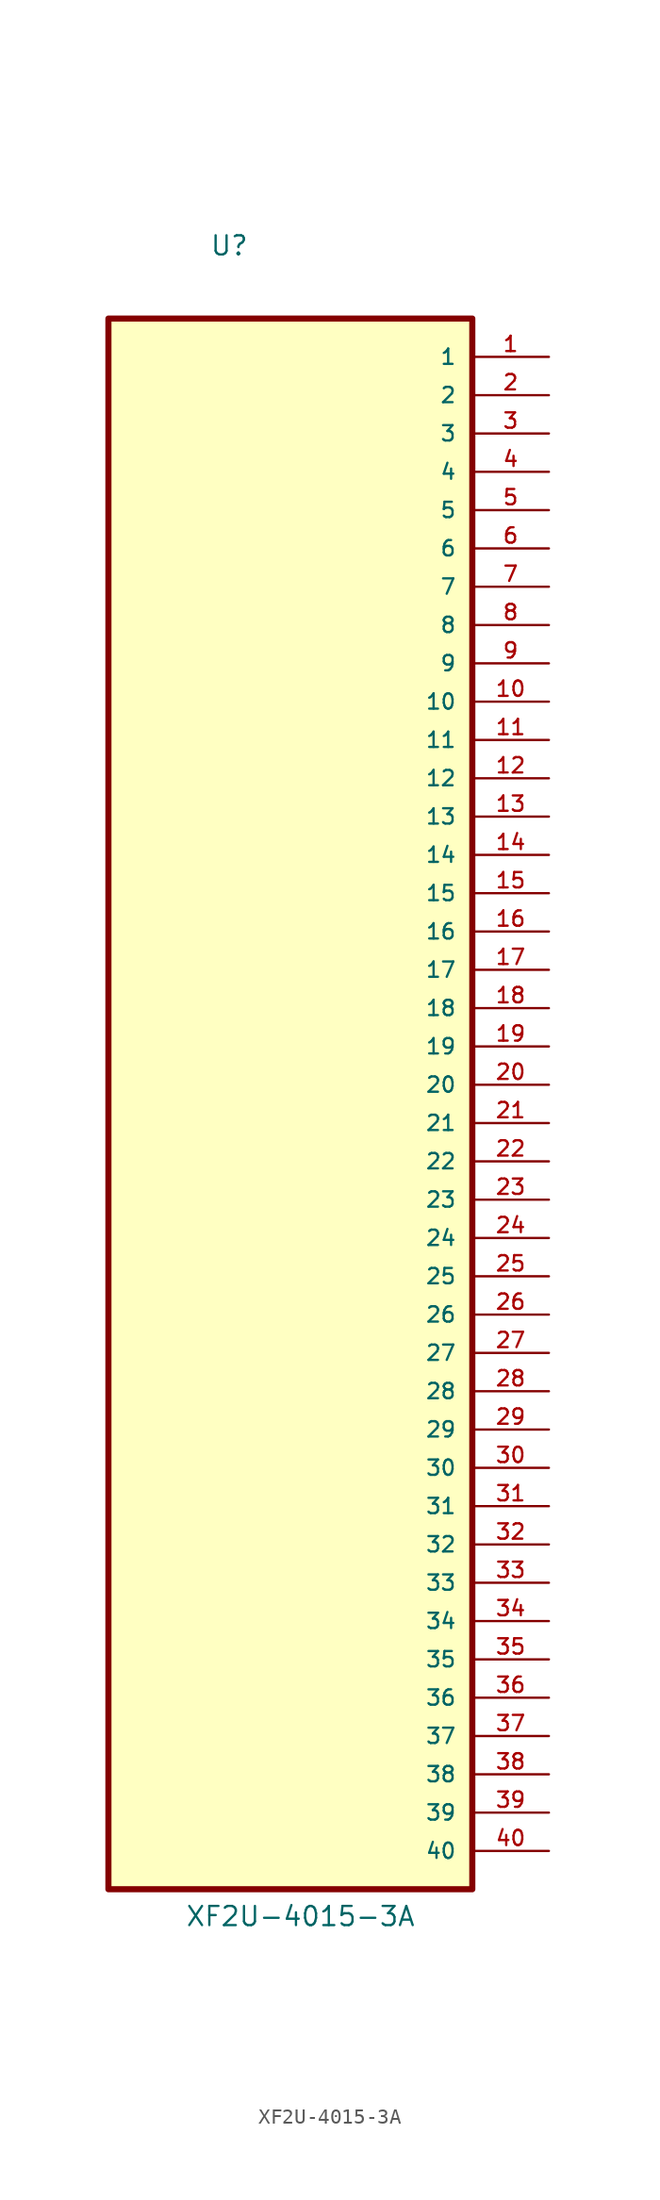
<source format=kicad_sym>
(kicad_symbol_lib
  (version 20211014)
  (generator kicad_symbol_editor)
  (symbol "XF2U-4015-3A"
    (pin_names
      (offset 1.016))
    (property "Reference" "U"
      (at -4.724 29.489 0)
      (effects (font (size 1.27 1.27)) (justify left bottom)))
    (property "Value" "XF2U-4015-3A"
      (at -6.35 -81.28 0)
      (effects (font (size 1.27 1.27)) (justify left bottom)))
    (property "ki_locked" ""
      (at 0 0 0)
      (effects (font (size 1.27 1.27))))
    (symbol "XF2U-4015-3A_0_0"
      (rectangle (start -11.43 25.4) (end 12.7 -78.74) (stroke (width 0.406) (type default) (color 0 0 0 0)) (fill (type background)))
      (pin passive line (at 17.78 22.86 180) (length 5.08) (name "1" (effects (font (size 1.016 1.016)))) (number "1" (effects (font (size 1.016 1.016)))))
      (pin passive line (at 17.78 0 180) (length 5.08) (name "10" (effects (font (size 1.016 1.016)))) (number "10" (effects (font (size 1.016 1.016)))))
      (pin passive line (at 17.78 -2.54 180) (length 5.08) (name "11" (effects (font (size 1.016 1.016)))) (number "11" (effects (font (size 1.016 1.016)))))
      (pin passive line (at 17.78 -5.08 180) (length 5.08) (name "12" (effects (font (size 1.016 1.016)))) (number "12" (effects (font (size 1.016 1.016)))))
      (pin passive line (at 17.78 -7.62 180) (length 5.08) (name "13" (effects (font (size 1.016 1.016)))) (number "13" (effects (font (size 1.016 1.016)))))
      (pin passive line (at 17.78 -10.16 180) (length 5.08) (name "14" (effects (font (size 1.016 1.016)))) (number "14" (effects (font (size 1.016 1.016)))))
      (pin passive line (at 17.78 -12.7 180) (length 5.08) (name "15" (effects (font (size 1.016 1.016)))) (number "15" (effects (font (size 1.016 1.016)))))
      (pin passive line (at 17.78 -15.24 180) (length 5.08) (name "16" (effects (font (size 1.016 1.016)))) (number "16" (effects (font (size 1.016 1.016)))))
      (pin passive line (at 17.78 -17.78 180) (length 5.08) (name "17" (effects (font (size 1.016 1.016)))) (number "17" (effects (font (size 1.016 1.016)))))
      (pin passive line (at 17.78 -20.32 180) (length 5.08) (name "18" (effects (font (size 1.016 1.016)))) (number "18" (effects (font (size 1.016 1.016)))))
      (pin passive line (at 17.78 -22.86 180) (length 5.08) (name "19" (effects (font (size 1.016 1.016)))) (number "19" (effects (font (size 1.016 1.016)))))
      (pin passive line (at 17.78 20.32 180) (length 5.08) (name "2" (effects (font (size 1.016 1.016)))) (number "2" (effects (font (size 1.016 1.016)))))
      (pin passive line (at 17.78 -25.4 180) (length 5.08) (name "20" (effects (font (size 1.016 1.016)))) (number "20" (effects (font (size 1.016 1.016)))))
      (pin passive line (at 17.78 -27.94 180) (length 5.08) (name "21" (effects (font (size 1.016 1.016)))) (number "21" (effects (font (size 1.016 1.016)))))
      (pin passive line (at 17.78 -30.48 180) (length 5.08) (name "22" (effects (font (size 1.016 1.016)))) (number "22" (effects (font (size 1.016 1.016)))))
      (pin passive line (at 17.78 -33.02 180) (length 5.08) (name "23" (effects (font (size 1.016 1.016)))) (number "23" (effects (font (size 1.016 1.016)))))
      (pin passive line (at 17.78 -35.56 180) (length 5.08) (name "24" (effects (font (size 1.016 1.016)))) (number "24" (effects (font (size 1.016 1.016)))))
      (pin passive line (at 17.78 -38.1 180) (length 5.08) (name "25" (effects (font (size 1.016 1.016)))) (number "25" (effects (font (size 1.016 1.016)))))
      (pin passive line (at 17.78 -40.64 180) (length 5.08) (name "26" (effects (font (size 1.016 1.016)))) (number "26" (effects (font (size 1.016 1.016)))))
      (pin passive line (at 17.78 -43.18 180) (length 5.08) (name "27" (effects (font (size 1.016 1.016)))) (number "27" (effects (font (size 1.016 1.016)))))
      (pin passive line (at 17.78 -45.72 180) (length 5.08) (name "28" (effects (font (size 1.016 1.016)))) (number "28" (effects (font (size 1.016 1.016)))))
      (pin passive line (at 17.78 -48.26 180) (length 5.08) (name "29" (effects (font (size 1.016 1.016)))) (number "29" (effects (font (size 1.016 1.016)))))
      (pin passive line (at 17.78 17.78 180) (length 5.08) (name "3" (effects (font (size 1.016 1.016)))) (number "3" (effects (font (size 1.016 1.016)))))
      (pin passive line (at 17.78 -50.8 180) (length 5.08) (name "30" (effects (font (size 1.016 1.016)))) (number "30" (effects (font (size 1.016 1.016)))))
      (pin passive line (at 17.78 -53.34 180) (length 5.08) (name "31" (effects (font (size 1.016 1.016)))) (number "31" (effects (font (size 1.016 1.016)))))
      (pin passive line (at 17.78 -55.88 180) (length 5.08) (name "32" (effects (font (size 1.016 1.016)))) (number "32" (effects (font (size 1.016 1.016)))))
      (pin passive line (at 17.78 -58.42 180) (length 5.08) (name "33" (effects (font (size 1.016 1.016)))) (number "33" (effects (font (size 1.016 1.016)))))
      (pin passive line (at 17.78 -60.96 180) (length 5.08) (name "34" (effects (font (size 1.016 1.016)))) (number "34" (effects (font (size 1.016 1.016)))))
      (pin passive line (at 17.78 -63.5 180) (length 5.08) (name "35" (effects (font (size 1.016 1.016)))) (number "35" (effects (font (size 1.016 1.016)))))
      (pin passive line (at 17.78 -66.04 180) (length 5.08) (name "36" (effects (font (size 1.016 1.016)))) (number "36" (effects (font (size 1.016 1.016)))))
      (pin passive line (at 17.78 -68.58 180) (length 5.08) (name "37" (effects (font (size 1.016 1.016)))) (number "37" (effects (font (size 1.016 1.016)))))
      (pin passive line (at 17.78 -71.12 180) (length 5.08) (name "38" (effects (font (size 1.016 1.016)))) (number "38" (effects (font (size 1.016 1.016)))))
      (pin passive line (at 17.78 -73.66 180) (length 5.08) (name "39" (effects (font (size 1.016 1.016)))) (number "39" (effects (font (size 1.016 1.016)))))
      (pin passive line (at 17.78 15.24 180) (length 5.08) (name "4" (effects (font (size 1.016 1.016)))) (number "4" (effects (font (size 1.016 1.016)))))
      (pin passive line (at 17.78 -76.2 180) (length 5.08) (name "40" (effects (font (size 1.016 1.016)))) (number "40" (effects (font (size 1.016 1.016)))))
      (pin passive line (at 17.78 12.7 180) (length 5.08) (name "5" (effects (font (size 1.016 1.016)))) (number "5" (effects (font (size 1.016 1.016)))))
      (pin passive line (at 17.78 10.16 180) (length 5.08) (name "6" (effects (font (size 1.016 1.016)))) (number "6" (effects (font (size 1.016 1.016)))))
      (pin passive line (at 17.78 7.62 180) (length 5.08) (name "7" (effects (font (size 1.016 1.016)))) (number "7" (effects (font (size 1.016 1.016)))))
      (pin passive line (at 17.78 5.08 180) (length 5.08) (name "8" (effects (font (size 1.016 1.016)))) (number "8" (effects (font (size 1.016 1.016)))))
      (pin passive line (at 17.78 2.54 180) (length 5.08) (name "9" (effects (font (size 1.016 1.016)))) (number "9" (effects (font (size 1.016 1.016))))))))
</source>
